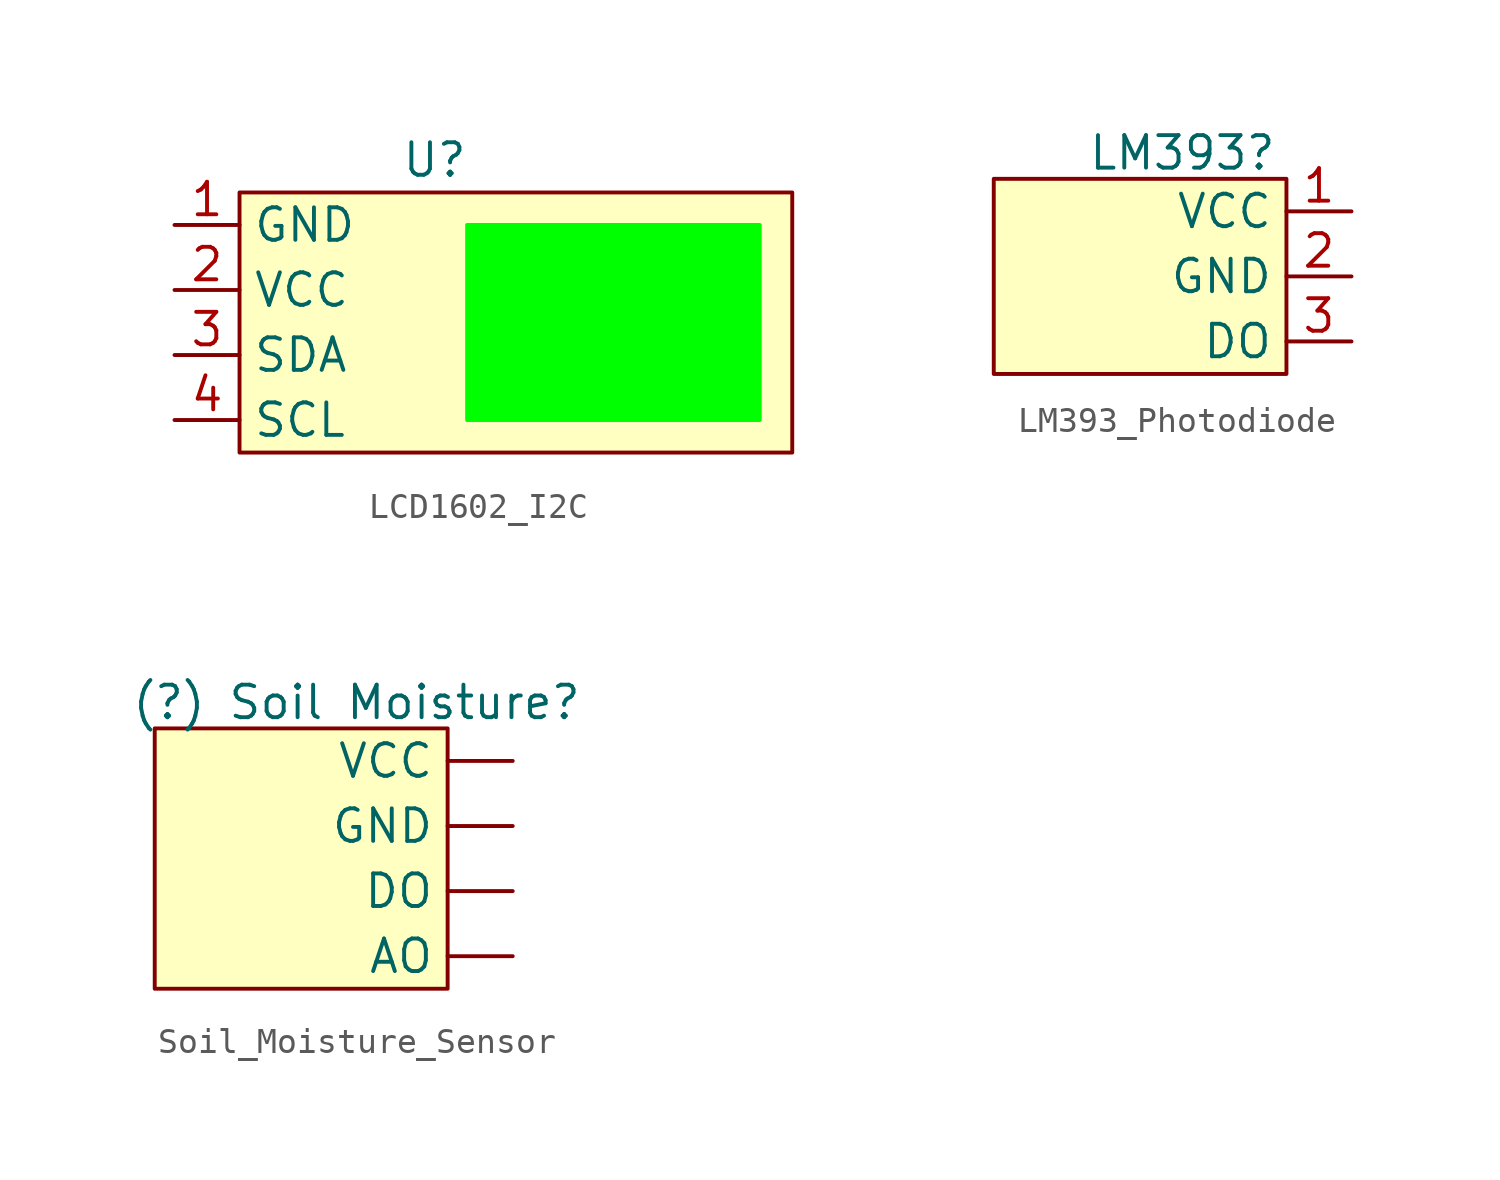
<source format=kicad_sym>
(kicad_symbol_lib
  (version 20231120)
  (generator "kicad_symbol_editor")
  (generator_version "8.0")
  (symbol "LCD1602_I2C"
    (property "Reference" "U"
      (at 0 0 0)
      (effects (font (size 1.27 1.27))))
    (property "Value" ""
      (at 0 0 0)
      (effects (font (size 1.27 1.27))))
    (symbol "LCD1602_I2C_1_1"
      (rectangle (start -7.62 -1.27) (end 13.97 -11.43) (stroke (width 0) (type default)) (fill (type background)))
      (rectangle (start 1.27 -2.54) (end 12.7 -10.16) (stroke (width 0) (type default) (color 0 255 0 1)) (fill (type outline)))
      (pin power_out line (at -10.16 -2.54 0) (length 2.54) (name "GND" (effects (font (size 1.27 1.27)))) (number "1" (effects (font (size 1.27 1.27)))))
      (pin power_in line (at -10.16 -5.08 0) (length 2.54) (name "VCC" (effects (font (size 1.27 1.27)))) (number "2" (effects (font (size 1.27 1.27)))))
      (pin input line (at -10.16 -7.62 0) (length 2.54) (name "SDA" (effects (font (size 1.27 1.27)))) (number "3" (effects (font (size 1.27 1.27)))))
      (pin input line (at -10.16 -10.16 0) (length 2.54) (name "SCL" (effects (font (size 1.27 1.27)))) (number "4" (effects (font (size 1.27 1.27)))))))
  (symbol "LM393_Photodiode"
    (property "Reference" "LM393"
      (at -2.794 4.826 0)
      (effects (font (size 1.27 1.27))))
    (property "Value" ""
      (at 0 0 0)
      (effects (font (size 1.27 1.27))))
    (symbol "LM393_Photodiode_0_1"
      (rectangle (start -10.16 3.81) (end 1.27 -3.81) (stroke (width 0) (type default)) (fill (type background))))
    (symbol "LM393_Photodiode_1_1"
      (pin power_in line (at 3.81 2.54 180) (length 2.54) (name "VCC" (effects (font (size 1.27 1.27)))) (number "1" (effects (font (size 1.27 1.27)))))
      (pin power_out line (at 3.81 0 180) (length 2.54) (name "GND" (effects (font (size 1.27 1.27)))) (number "2" (effects (font (size 1.27 1.27)))))
      (pin output line (at 3.81 -2.54 180) (length 2.54) (name "DO" (effects (font (size 1.27 1.27)))) (number "3" (effects (font (size 1.27 1.27)))))))
  (symbol "Soil_Moisture_Sensor"
    (property "Reference" "(?) Soil Moisture"
      (at 0.254 4.826 0)
      (effects (font (size 1.27 1.27))))
    (property "Value" ""
      (at 0 0 0)
      (effects (font (size 1.27 1.27))))
    (symbol "Soil_Moisture_Sensor_0_1"
      (rectangle (start -7.62 3.81) (end 3.81 -6.35) (stroke (width 0) (type default)) (fill (type background))))
    (symbol "Soil_Moisture_Sensor_1_1"
      (pin output line (at 6.35 -5.08 180) (length 2.54) (name "AO" (effects (font (size 1.27 1.27)))) (number "" (effects (font (size 1.27 1.27)))))
      (pin output line (at 6.35 -2.54 180) (length 2.54) (name "DO" (effects (font (size 1.27 1.27)))) (number "" (effects (font (size 1.27 1.27)))))
      (pin power_out line (at 6.35 0 180) (length 2.54) (name "GND" (effects (font (size 1.27 1.27)))) (number "" (effects (font (size 1.27 1.27)))))
      (pin power_in line (at 6.35 2.54 180) (length 2.54) (name "VCC" (effects (font (size 1.27 1.27)))) (number "" (effects (font (size 1.27 1.27))))))))
</source>
